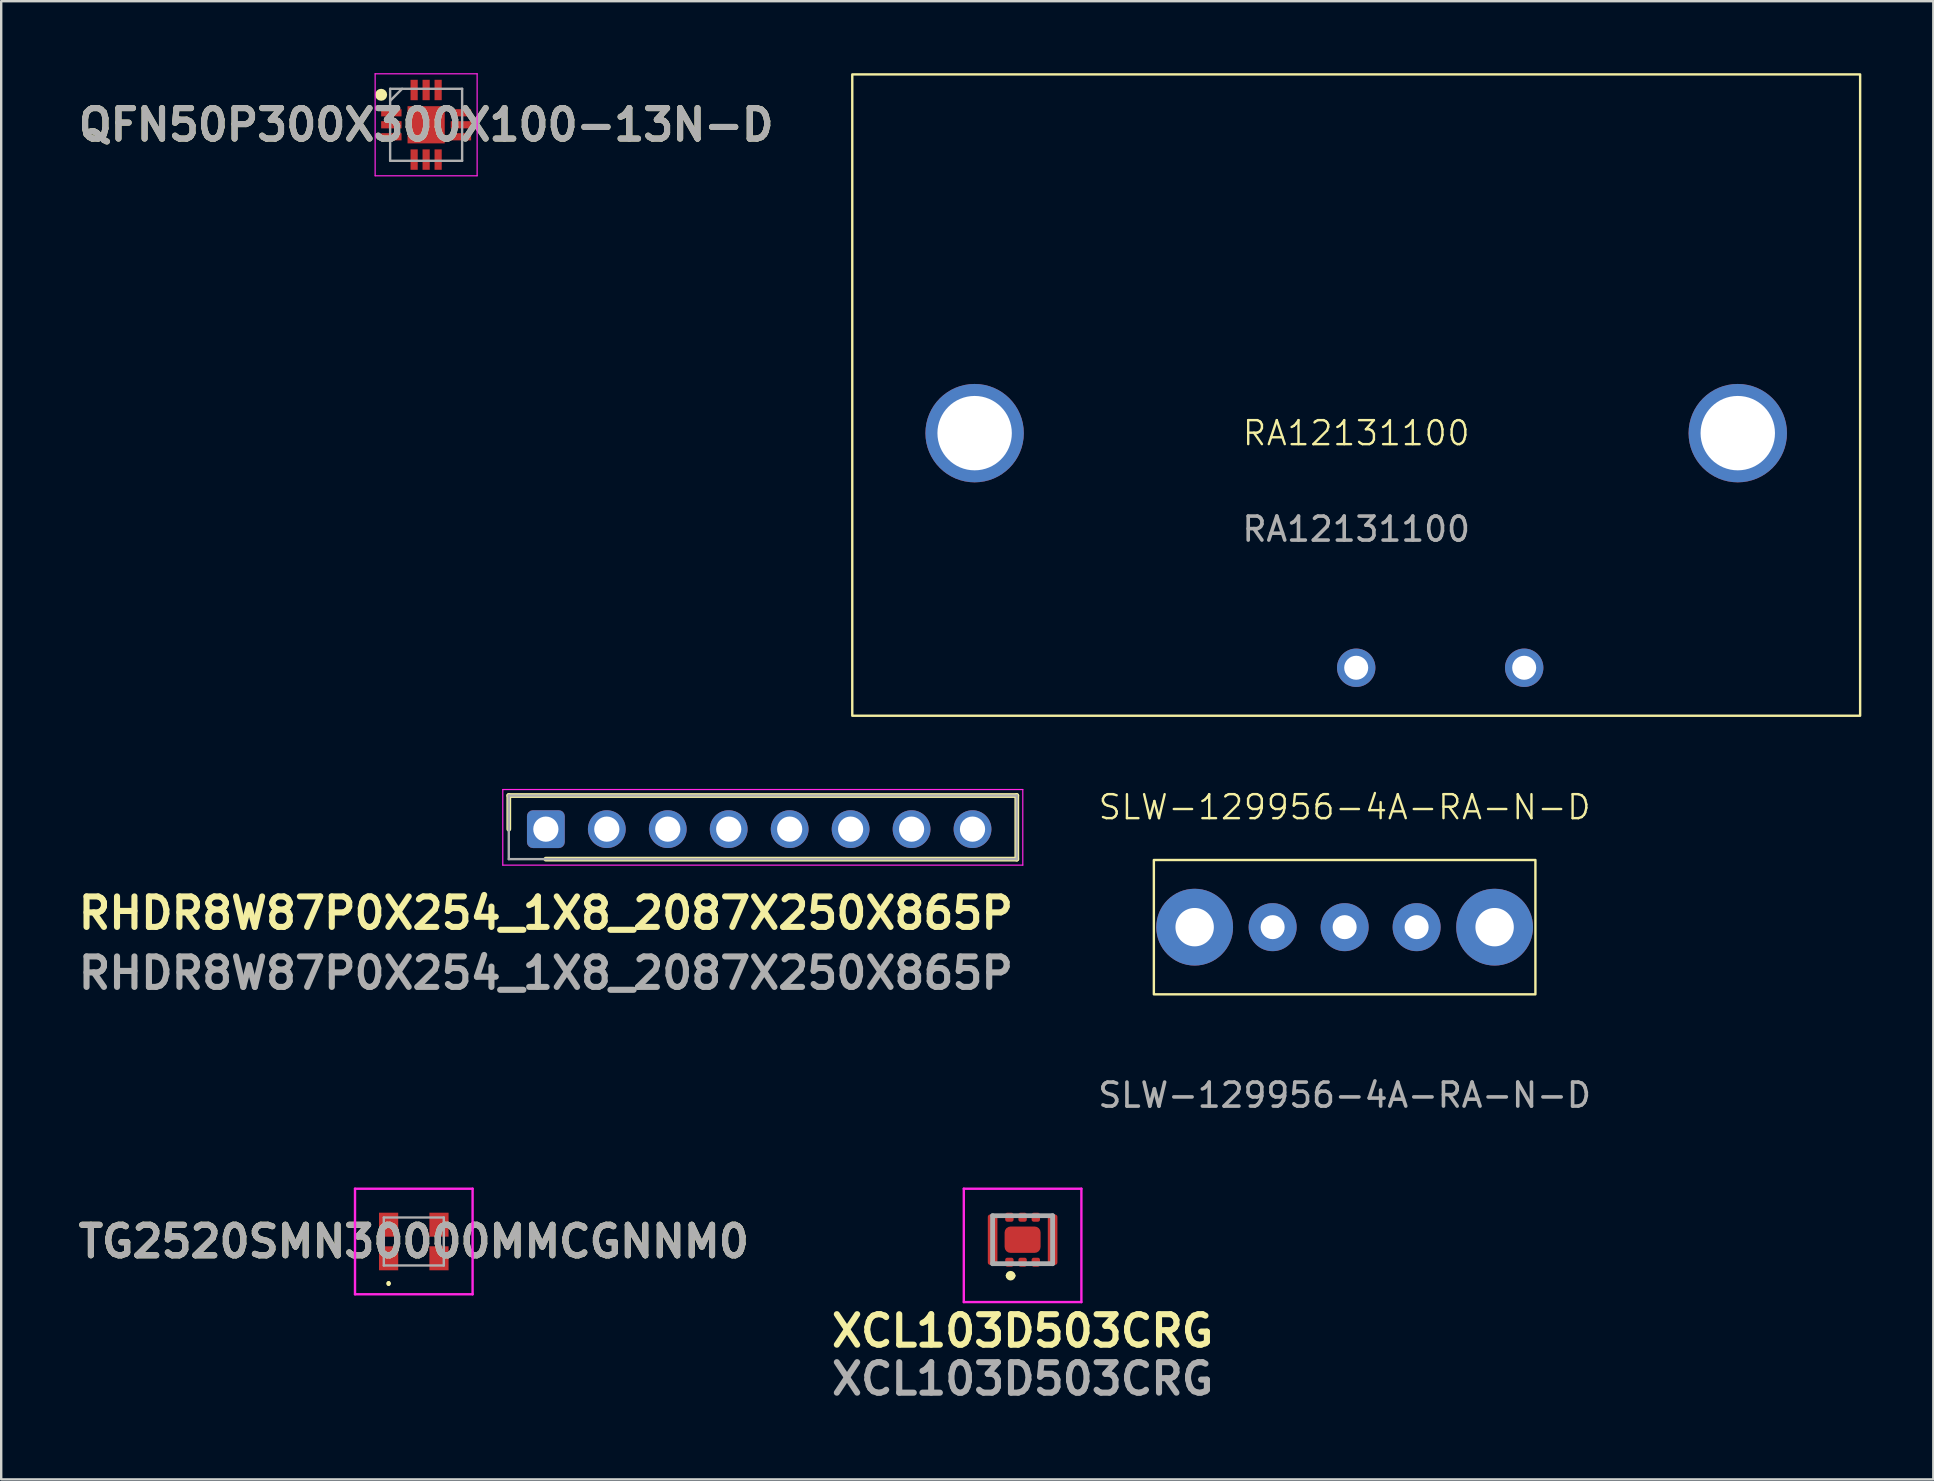
<source format=kicad_pcb>
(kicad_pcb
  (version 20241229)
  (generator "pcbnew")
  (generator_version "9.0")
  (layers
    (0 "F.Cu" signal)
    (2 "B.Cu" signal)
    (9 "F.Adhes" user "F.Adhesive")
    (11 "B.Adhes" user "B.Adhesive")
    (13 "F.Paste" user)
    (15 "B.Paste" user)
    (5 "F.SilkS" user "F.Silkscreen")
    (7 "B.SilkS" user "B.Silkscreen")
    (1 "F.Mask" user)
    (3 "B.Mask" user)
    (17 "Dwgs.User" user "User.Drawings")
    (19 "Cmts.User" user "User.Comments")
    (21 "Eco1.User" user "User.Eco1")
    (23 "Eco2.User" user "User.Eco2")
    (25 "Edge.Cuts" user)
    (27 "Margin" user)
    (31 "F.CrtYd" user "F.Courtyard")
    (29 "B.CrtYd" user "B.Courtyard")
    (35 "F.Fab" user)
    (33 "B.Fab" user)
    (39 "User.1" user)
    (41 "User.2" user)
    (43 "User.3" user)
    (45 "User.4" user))
  (footprint "RHDR8W87P0X254_1X8_2087X250X865P"
    (layer "F.Cu")
    (at 19.697 31.502)
    (property "Reference" "RHDR8W87P0X254_1X8_2087X250X865P" (at 0 3.5 0) (layer "F.SilkS") (effects (font (size 1.27 1.27) (thickness 0.254))))
    (attr through_hole)
    (fp_line (start -1.545 -1.4) (end -1.545 0) (stroke (width 0.2) (type solid)) (layer "F.SilkS"))
    (fp_line (start 0 1.25) (end 19.625 1.25) (stroke (width 0.2) (type solid)) (layer "F.SilkS"))
    (fp_line (start 19.625 -1.4) (end -1.545 -1.4) (stroke (width 0.2) (type solid)) (layer "F.SilkS"))
    (fp_line (start 19.625 1.25) (end 19.625 -1.4) (stroke (width 0.2) (type solid)) (layer "F.SilkS"))
    (fp_line (start -1.795 -1.65) (end 19.875 -1.65) (stroke (width 0.05) (type solid)) (layer "F.CrtYd"))
    (fp_line (start -1.795 1.5) (end -1.795 -1.65) (stroke (width 0.05) (type solid)) (layer "F.CrtYd"))
    (fp_line (start 19.875 -1.65) (end 19.875 1.5) (stroke (width 0.05) (type solid)) (layer "F.CrtYd"))
    (fp_line (start 19.875 1.5) (end -1.795 1.5) (stroke (width 0.05) (type solid)) (layer "F.CrtYd"))
    (fp_line (start -1.545 -1.4) (end 19.625 -1.4) (stroke (width 0.1) (type solid)) (layer "F.Fab"))
    (fp_line (start -1.545 1.25) (end -1.545 -1.4) (stroke (width 0.1) (type solid)) (layer "F.Fab"))
    (fp_line (start 19.625 -1.4) (end 19.625 1.25) (stroke (width 0.1) (type solid)) (layer "F.Fab"))
    (fp_line (start 19.625 1.25) (end -1.545 1.25) (stroke (width 0.1) (type solid)) (layer "F.Fab"))
    (fp_text user "${REFERENCE}" (at 0 6 0) (layer "F.Fab") (effects (font (size 1.27 1.27) (thickness 0.254))))
    (pad "1" thru_hole roundrect (at 0 0) (size 1.575 1.575) (drill 1.05) (layers "*.Cu" "*.Mask") (roundrect_rratio 0.159))
    (pad "2" thru_hole circle (at 2.54 0) (size 1.575 1.575) (drill 1.05) (layers "*.Cu" "*.Mask"))
    (pad "3" thru_hole circle (at 5.08 0) (size 1.575 1.575) (drill 1.05) (layers "*.Cu" "*.Mask"))
    (pad "4" thru_hole circle (at 7.62 0) (size 1.575 1.575) (drill 1.05) (layers "*.Cu" "*.Mask"))
    (pad "5" thru_hole circle (at 10.16 0) (size 1.575 1.575) (drill 1.05) (layers "*.Cu" "*.Mask"))
    (pad "6" thru_hole circle (at 12.7 0) (size 1.575 1.575) (drill 1.05) (layers "*.Cu" "*.Mask"))
    (pad "7" thru_hole circle (at 15.24 0) (size 1.575 1.575) (drill 1.05) (layers "*.Cu" "*.Mask"))
    (pad "8" thru_hole circle (at 17.78 0) (size 1.575 1.575) (drill 1.05) (layers "*.Cu" "*.Mask")))
  (footprint "SLW-129956-4A-RA-N-D"
    (layer "F.Cu")
    (at 52.984 35.587)
    (property "Reference" "SLW-129956-4A-RA-N-D" (at 0 -5 0) (unlocked yes) (layer "F.SilkS") (effects (font (size 1 1) (thickness 0.1))))
    (attr through_hole)
    (fp_rect (start -7.95 -2.8) (end 7.95 2.8) (stroke (width 0.1) (type default)) (fill no) (layer "F.SilkS"))
    (fp_text user "${REFERENCE}" (at 0 7 0) (unlocked yes) (layer "F.Fab") (effects (font (size 1 1) (thickness 0.15))))
    (pad "1" thru_hole circle (at -3 0) (size 2 2) (drill 1) (layers "*.Cu" "*.Mask"))
    (pad "2" thru_hole circle (at 0 0) (size 2 2) (drill 1) (layers "*.Cu" "*.Mask"))
    (pad "3" thru_hole circle (at 3 0) (size 2 2) (drill 1) (layers "*.Cu" "*.Mask"))
    (pad "4" thru_hole circle (at -6.25 0) (size 3.2 3.2) (drill 1.6) (layers "*.Cu" "*.Mask"))
    (pad "5" thru_hole circle (at 6.25 0) (size 3.2 3.2) (drill 1.6) (layers "*.Cu" "*.Mask")))
  (footprint "TG2520SMN30000MMCGNNM0"
    (layer "F.Cu")
    (at 14.194 48.686)
    (property "Reference" "TG2520SMN30000MMCGNNM0" (at 0 0 0) (layer "F.SilkS") (effects (font (size 1.27 1.27) (thickness 0.254))))
    (attr smd)
    (fp_line (start -1.05 1.7) (end -1.05 1.7) (stroke (width 0.1) (type solid)) (layer "F.SilkS"))
    (fp_line (start -1.05 1.8) (end -1.05 1.8) (stroke (width 0.1) (type solid)) (layer "F.SilkS"))
    (fp_arc (start -1.05 1.7) (mid -1 1.75) (end -1.05 1.8) (stroke (width 0.1) (type solid)) (layer "F.SilkS"))
    (fp_arc (start -1.05 1.8) (mid -1.1 1.75) (end -1.05 1.7) (stroke (width 0.1) (type solid)) (layer "F.SilkS"))
    (fp_line (start -2.45 -2.2) (end 2.45 -2.2) (stroke (width 0.1) (type solid)) (layer "F.CrtYd"))
    (fp_line (start -2.45 2.2) (end -2.45 -2.2) (stroke (width 0.1) (type solid)) (layer "F.CrtYd"))
    (fp_line (start 2.45 -2.2) (end 2.45 2.2) (stroke (width 0.1) (type solid)) (layer "F.CrtYd"))
    (fp_line (start 2.45 2.2) (end -2.45 2.2) (stroke (width 0.1) (type solid)) (layer "F.CrtYd"))
    (fp_line (start -1.25 -1) (end -1.25 1) (stroke (width 0.1) (type solid)) (layer "F.Fab"))
    (fp_line (start -1.25 1) (end 1.25 1) (stroke (width 0.1) (type solid)) (layer "F.Fab"))
    (fp_line (start 1.25 -1) (end -1.25 -1) (stroke (width 0.1) (type solid)) (layer "F.Fab"))
    (fp_line (start 1.25 1) (end 1.25 -1) (stroke (width 0.1) (type solid)) (layer "F.Fab"))
    (fp_text user "${REFERENCE}" (at 0 0 0) (layer "F.Fab") (effects (font (size 1.27 1.27) (thickness 0.254))))
    (pad "1" smd rect (at -1.05 0.7) (size 0.8 1) (layers "F.Cu" "F.Mask" "F.Paste"))
    (pad "2" smd rect (at 1.05 0.7) (size 0.8 1) (layers "F.Cu" "F.Mask" "F.Paste"))
    (pad "3" smd rect (at 1.05 -0.7) (size 0.8 1) (layers "F.Cu" "F.Mask" "F.Paste"))
    (pad "4" smd rect (at -1.05 -0.7) (size 0.8 1) (layers "F.Cu" "F.Mask" "F.Paste")))
  (footprint "QFN50P300X300X100-13N-D"
    (layer "F.Cu")
    (at 14.708 2.15)
    (property "Reference" "QFN50P300X300X100-13N-D" (at 0 0 0) (layer "F.SilkS") (effects (font (size 1.27 1.27) (thickness 0.254))))
    (attr smd)
    (fp_circle (center -1.875 -1.25) (end -1.875 -1.125) (stroke (width 0.25) (type solid)) (fill no) (layer "F.SilkS"))
    (fp_line (start -2.125 -2.125) (end 2.125 -2.125) (stroke (width 0.05) (type solid)) (layer "F.CrtYd"))
    (fp_line (start -2.125 2.125) (end -2.125 -2.125) (stroke (width 0.05) (type solid)) (layer "F.CrtYd"))
    (fp_line (start 2.125 -2.125) (end 2.125 2.125) (stroke (width 0.05) (type solid)) (layer "F.CrtYd"))
    (fp_line (start 2.125 2.125) (end -2.125 2.125) (stroke (width 0.05) (type solid)) (layer "F.CrtYd"))
    (fp_line (start -1.5 -1.5) (end 1.5 -1.5) (stroke (width 0.1) (type solid)) (layer "F.Fab"))
    (fp_line (start -1.5 -1) (end -1 -1.5) (stroke (width 0.1) (type solid)) (layer "F.Fab"))
    (fp_line (start -1.5 1.5) (end -1.5 -1.5) (stroke (width 0.1) (type solid)) (layer "F.Fab"))
    (fp_line (start 1.5 -1.5) (end 1.5 1.5) (stroke (width 0.1) (type solid)) (layer "F.Fab"))
    (fp_line (start 1.5 1.5) (end -1.5 1.5) (stroke (width 0.1) (type solid)) (layer "F.Fab"))
    (fp_text user "${REFERENCE}" (at 0 0 0) (layer "F.Fab") (effects (font (size 1.27 1.27) (thickness 0.254))))
    (pad "1" smd rect (at -1.45 -0.5 90) (size 0.3 0.85) (layers "F.Cu" "F.Mask" "F.Paste"))
    (pad "2" smd rect (at -1.45 0 90) (size 0.3 0.85) (layers "F.Cu" "F.Mask" "F.Paste"))
    (pad "3" smd rect (at -1.45 0.5 90) (size 0.3 0.85) (layers "F.Cu" "F.Mask" "F.Paste"))
    (pad "4" smd rect (at -0.5 1.45) (size 0.3 0.85) (layers "F.Cu" "F.Mask" "F.Paste"))
    (pad "5" smd rect (at 0 1.45) (size 0.3 0.85) (layers "F.Cu" "F.Mask" "F.Paste"))
    (pad "6" smd rect (at 0.5 1.45) (size 0.3 0.85) (layers "F.Cu" "F.Mask" "F.Paste"))
    (pad "7" smd rect (at 1.45 0.5 90) (size 0.3 0.85) (layers "F.Cu" "F.Mask" "F.Paste"))
    (pad "8" smd rect (at 1.45 0 90) (size 0.3 0.85) (layers "F.Cu" "F.Mask" "F.Paste"))
    (pad "9" smd rect (at 1.45 -0.5 90) (size 0.3 0.85) (layers "F.Cu" "F.Mask" "F.Paste"))
    (pad "10" smd rect (at 0.5 -1.45) (size 0.3 0.85) (layers "F.Cu" "F.Mask" "F.Paste"))
    (pad "11" smd rect (at 0 -1.45) (size 0.3 0.85) (layers "F.Cu" "F.Mask" "F.Paste"))
    (pad "12" smd rect (at -0.5 -1.45) (size 0.3 0.85) (layers "F.Cu" "F.Mask" "F.Paste"))
    (pad "13" smd rect (at 0 0) (size 1.55 1.55) (layers "F.Cu" "F.Mask" "F.Paste")))
  (footprint "RA12131100"
    (layer "F.Cu")
    (at 53.466 15)
    (property "Reference" "RA12131100" (at 0 0 0) (unlocked yes) (layer "F.SilkS") (effects (font (size 1 1) (thickness 0.1))))
    (attr through_hole)
    (fp_rect (start -21 -14.95) (end 21 11.777) (stroke (width 0.1) (type default)) (fill no) (layer "F.SilkS"))
    (fp_text user "${REFERENCE}" (at 0 4 0) (unlocked yes) (layer "F.Fab") (effects (font (size 1 1) (thickness 0.15))))
    (pad "1" thru_hole circle (at 0 9.777) (size 1.6 1.6) (drill 1) (layers "*.Cu" "*.Mask"))
    (pad "2" thru_hole circle (at 7 9.777) (size 1.6 1.6) (drill 1) (layers "*.Cu" "*.Mask"))
    (pad "3" thru_hole circle (at -15.901 0) (size 4.1 4.1) (drill 3.1) (layers "*.Cu" "*.Mask"))
    (pad "4" thru_hole circle (at 15.901 0) (size 4.1 4.1) (drill 3.1) (layers "*.Cu" "*.Mask")))
  (footprint "XCL103D503CRG"
    (layer "F.Cu")
    (at 39.564 48.911)
    (property "Reference" "XCL103D503CRG" (at 0 3.5 0) (layer "F.SilkS") (effects (font (size 1.27 1.27) (thickness 0.254))))
    (attr smd)
    (fp_line (start -0.6 1.2) (end -0.6 1.2) (stroke (width 0.2) (type solid)) (layer "F.SilkS"))
    (fp_line (start -0.4 1.2) (end -0.4 1.2) (stroke (width 0.2) (type solid)) (layer "F.SilkS"))
    (fp_arc (start -0.6 1.2) (mid -0.5 1.1) (end -0.4 1.2) (stroke (width 0.2) (type solid)) (layer "F.SilkS"))
    (fp_arc (start -0.4 1.2) (mid -0.5 1.3) (end -0.6 1.2) (stroke (width 0.2) (type solid)) (layer "F.SilkS"))
    (fp_line (start -2.45 -2.425) (end 2.45 -2.425) (stroke (width 0.1) (type solid)) (layer "F.CrtYd"))
    (fp_line (start -2.45 2.3) (end -2.45 -2.425) (stroke (width 0.1) (type solid)) (layer "F.CrtYd"))
    (fp_line (start 2.45 -2.425) (end 2.45 2.3) (stroke (width 0.1) (type solid)) (layer "F.CrtYd"))
    (fp_line (start 2.45 2.3) (end -2.45 2.3) (stroke (width 0.1) (type solid)) (layer "F.CrtYd"))
    (fp_line (start -1.25 -1.3) (end 1.25 -1.3) (stroke (width 0.2) (type solid)) (layer "F.Fab"))
    (fp_line (start -1.25 0.7) (end -1.25 -1.3) (stroke (width 0.2) (type solid)) (layer "F.Fab"))
    (fp_line (start 1.25 -1.3) (end 1.25 0.7) (stroke (width 0.2) (type solid)) (layer "F.Fab"))
    (fp_line (start 1.25 0.7) (end -1.25 0.7) (stroke (width 0.2) (type solid)) (layer "F.Fab"))
    (fp_text user "${REFERENCE}" (at 0 5.5 0) (layer "F.Fab") (effects (font (size 1.27 1.27) (thickness 0.254))))
    (pad "1" smd roundrect (at -0.55 0.638) (size 0.35 0.375) (layers "F.Cu" "F.Mask" "F.Paste") (roundrect_rratio 0.25))
    (pad "2" smd roundrect (at 0 0.638) (size 0.35 0.375) (layers "F.Cu" "F.Mask" "F.Paste") (roundrect_rratio 0.25))
    (pad "3" smd roundrect (at 0.55 0.638) (size 0.35 0.375) (layers "F.Cu" "F.Mask" "F.Paste") (roundrect_rratio 0.25))
    (pad "4" smd roundrect (at 0.55 -1.237) (size 0.35 0.375) (layers "F.Cu" "F.Mask" "F.Paste") (roundrect_rratio 0.25))
    (pad "5" smd roundrect (at 0 -1.237) (size 0.35 0.375) (layers "F.Cu" "F.Mask" "F.Paste") (roundrect_rratio 0.25))
    (pad "6" smd roundrect (at -0.55 -1.237) (size 0.35 0.375) (layers "F.Cu" "F.Mask" "F.Paste") (roundrect_rratio 0.25))
    (pad "7" smd roundrect (at -1.25 -0.3) (size 0.4 2.1) (layers "F.Cu" "F.Mask" "F.Paste") (roundrect_rratio 0.25))
    (pad "8" smd roundrect (at 1.25 -0.3) (size 0.4 2.1) (layers "F.Cu" "F.Mask" "F.Paste") (roundrect_rratio 0.25))
    (pad "9" smd roundrect (at 0 -0.3 90) (size 1.1 1.5) (layers "F.Cu" "F.Mask" "F.Paste") (roundrect_rratio 0.227)))
  (gr_rect
    (start -3 -3)
    (end 77.516 58.599)
    (stroke (width 0.1) (type default))
    (fill no)
    (layer "Edge.Cuts")))
</source>
